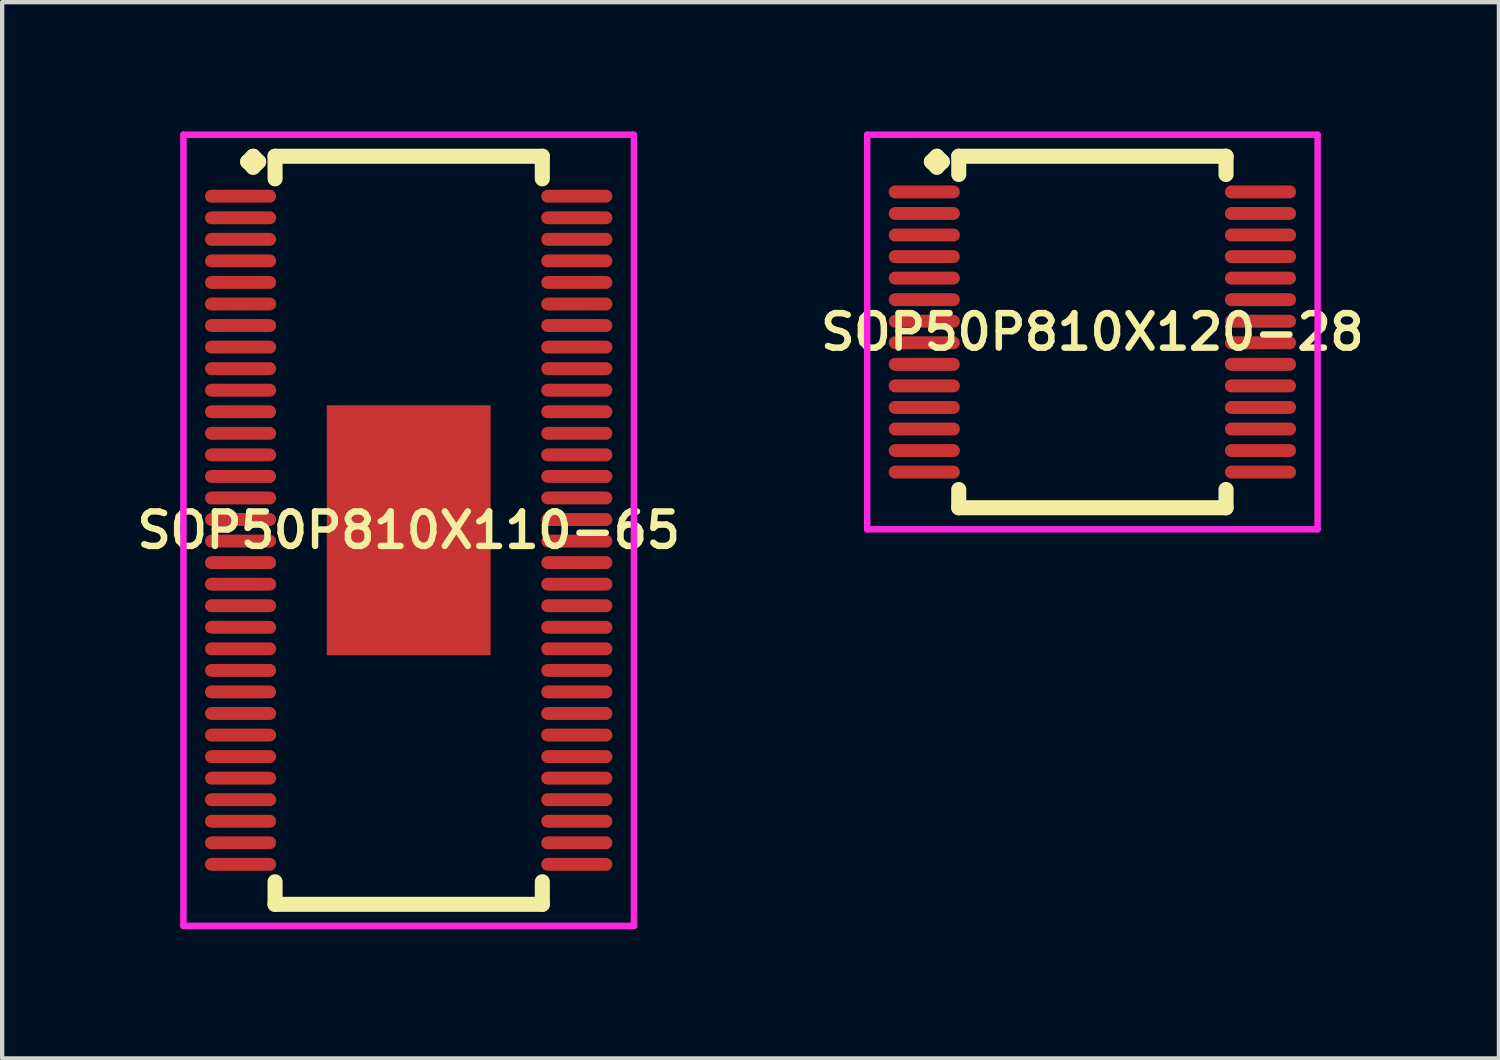
<source format=kicad_pcb>
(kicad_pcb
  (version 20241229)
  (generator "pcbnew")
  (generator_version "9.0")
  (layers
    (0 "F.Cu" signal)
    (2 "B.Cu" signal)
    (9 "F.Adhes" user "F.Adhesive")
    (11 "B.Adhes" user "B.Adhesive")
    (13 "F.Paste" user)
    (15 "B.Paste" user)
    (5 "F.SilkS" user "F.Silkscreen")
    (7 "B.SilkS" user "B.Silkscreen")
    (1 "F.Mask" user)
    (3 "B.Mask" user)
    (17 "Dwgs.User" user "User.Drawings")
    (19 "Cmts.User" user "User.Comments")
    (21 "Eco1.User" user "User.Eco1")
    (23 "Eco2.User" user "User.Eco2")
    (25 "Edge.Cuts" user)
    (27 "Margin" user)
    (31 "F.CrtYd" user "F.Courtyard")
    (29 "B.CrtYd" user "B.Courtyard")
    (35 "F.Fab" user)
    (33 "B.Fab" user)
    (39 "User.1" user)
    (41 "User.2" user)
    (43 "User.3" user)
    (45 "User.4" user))
  (footprint "SOP50P810X120-28"
    (layer "F.Cu")
    (at 22.292 4.652)
    (property "Reference" "SOP50P810X120-28" (at 0 0 0) (layer "F.SilkS") (effects (font (size 0.8 0.8) (thickness 0.15))))
    (attr smd)
    (fp_line (start -3.735 -3.95) (end -3.608 -4.077) (stroke (width 0.35) (type solid)) (layer "F.SilkS"))
    (fp_line (start -3.608 -4.077) (end -3.481 -3.95) (stroke (width 0.35) (type solid)) (layer "F.SilkS"))
    (fp_line (start -3.608 -3.823) (end -3.735 -3.95) (stroke (width 0.35) (type solid)) (layer "F.SilkS"))
    (fp_line (start -3.481 -3.95) (end -3.608 -3.823) (stroke (width 0.35) (type solid)) (layer "F.SilkS"))
    (fp_line (start -3.1 -4.077) (end 3.1 -4.077) (stroke (width 0.35) (type solid)) (layer "F.SilkS"))
    (fp_line (start -3.1 -3.654) (end -3.1 -4.077) (stroke (width 0.35) (type solid)) (layer "F.SilkS"))
    (fp_line (start -3.1 3.654) (end -3.1 4.077) (stroke (width 0.35) (type solid)) (layer "F.SilkS"))
    (fp_line (start -3.1 4.077) (end 3.1 4.077) (stroke (width 0.35) (type solid)) (layer "F.SilkS"))
    (fp_line (start 3.1 -4.077) (end 3.1 -3.654) (stroke (width 0.35) (type solid)) (layer "F.SilkS"))
    (fp_line (start 3.1 4.077) (end 3.1 3.654) (stroke (width 0.35) (type solid)) (layer "F.SilkS"))
    (fp_line (start -5.225 -4.577) (end 5.225 -4.577) (stroke (width 0.15) (type solid)) (layer "F.CrtYd"))
    (fp_line (start -5.225 4.577) (end -5.225 -4.577) (stroke (width 0.15) (type solid)) (layer "F.CrtYd"))
    (fp_line (start 5.225 -4.577) (end 5.225 4.577) (stroke (width 0.15) (type solid)) (layer "F.CrtYd"))
    (fp_line (start 5.225 4.577) (end -5.225 4.577) (stroke (width 0.15) (type solid)) (layer "F.CrtYd"))
    (pad "1" smd oval (at -3.9 -3.25) (size 1.65 0.3) (layers "F.Cu" "F.Mask" "F.Paste"))
    (pad "2" smd oval (at -3.9 -2.75) (size 1.65 0.3) (layers "F.Cu" "F.Mask" "F.Paste"))
    (pad "3" smd oval (at -3.9 -2.25) (size 1.65 0.3) (layers "F.Cu" "F.Mask" "F.Paste"))
    (pad "4" smd oval (at -3.9 -1.75) (size 1.65 0.3) (layers "F.Cu" "F.Mask" "F.Paste"))
    (pad "5" smd oval (at -3.9 -1.25) (size 1.65 0.3) (layers "F.Cu" "F.Mask" "F.Paste"))
    (pad "6" smd oval (at -3.9 -0.75) (size 1.65 0.3) (layers "F.Cu" "F.Mask" "F.Paste"))
    (pad "7" smd oval (at -3.9 -0.25) (size 1.65 0.3) (layers "F.Cu" "F.Mask" "F.Paste"))
    (pad "8" smd oval (at -3.9 0.25) (size 1.65 0.3) (layers "F.Cu" "F.Mask" "F.Paste"))
    (pad "9" smd oval (at -3.9 0.75) (size 1.65 0.3) (layers "F.Cu" "F.Mask" "F.Paste"))
    (pad "10" smd oval (at -3.9 1.25) (size 1.65 0.3) (layers "F.Cu" "F.Mask" "F.Paste"))
    (pad "11" smd oval (at -3.9 1.75) (size 1.65 0.3) (layers "F.Cu" "F.Mask" "F.Paste"))
    (pad "12" smd oval (at -3.9 2.25) (size 1.65 0.3) (layers "F.Cu" "F.Mask" "F.Paste"))
    (pad "13" smd oval (at -3.9 2.75) (size 1.65 0.3) (layers "F.Cu" "F.Mask" "F.Paste"))
    (pad "14" smd oval (at -3.9 3.25) (size 1.65 0.3) (layers "F.Cu" "F.Mask" "F.Paste"))
    (pad "15" smd oval (at 3.9 3.25) (size 1.65 0.3) (layers "F.Cu" "F.Mask" "F.Paste"))
    (pad "16" smd oval (at 3.9 2.75) (size 1.65 0.3) (layers "F.Cu" "F.Mask" "F.Paste"))
    (pad "17" smd oval (at 3.9 2.25) (size 1.65 0.3) (layers "F.Cu" "F.Mask" "F.Paste"))
    (pad "18" smd oval (at 3.9 1.75) (size 1.65 0.3) (layers "F.Cu" "F.Mask" "F.Paste"))
    (pad "19" smd oval (at 3.9 1.25) (size 1.65 0.3) (layers "F.Cu" "F.Mask" "F.Paste"))
    (pad "20" smd oval (at 3.9 0.75) (size 1.65 0.3) (layers "F.Cu" "F.Mask" "F.Paste"))
    (pad "21" smd oval (at 3.9 0.25) (size 1.65 0.3) (layers "F.Cu" "F.Mask" "F.Paste"))
    (pad "22" smd oval (at 3.9 -0.25) (size 1.65 0.3) (layers "F.Cu" "F.Mask" "F.Paste"))
    (pad "23" smd oval (at 3.9 -0.75) (size 1.65 0.3) (layers "F.Cu" "F.Mask" "F.Paste"))
    (pad "24" smd oval (at 3.9 -1.25) (size 1.65 0.3) (layers "F.Cu" "F.Mask" "F.Paste"))
    (pad "25" smd oval (at 3.9 -1.75) (size 1.65 0.3) (layers "F.Cu" "F.Mask" "F.Paste"))
    (pad "26" smd oval (at 3.9 -2.25) (size 1.65 0.3) (layers "F.Cu" "F.Mask" "F.Paste"))
    (pad "27" smd oval (at 3.9 -2.75) (size 1.65 0.3) (layers "F.Cu" "F.Mask" "F.Paste"))
    (pad "28" smd oval (at 3.9 -3.25) (size 1.65 0.3) (layers "F.Cu" "F.Mask" "F.Paste")))
  (footprint "SOP50P810X110-65"
    (layer "F.Cu")
    (at 6.431 9.252)
    (property "Reference" "SOP50P810X110-65" (at 0 0 0) (layer "F.SilkS") (effects (font (size 0.8 0.8) (thickness 0.15))))
    (attr smd)
    (fp_line (start -3.735 -8.55) (end -3.608 -8.677) (stroke (width 0.35) (type solid)) (layer "F.SilkS"))
    (fp_line (start -3.608 -8.677) (end -3.481 -8.55) (stroke (width 0.35) (type solid)) (layer "F.SilkS"))
    (fp_line (start -3.608 -8.423) (end -3.735 -8.55) (stroke (width 0.35) (type solid)) (layer "F.SilkS"))
    (fp_line (start -3.481 -8.55) (end -3.608 -8.423) (stroke (width 0.35) (type solid)) (layer "F.SilkS"))
    (fp_line (start -3.1 -8.677) (end 3.1 -8.677) (stroke (width 0.35) (type solid)) (layer "F.SilkS"))
    (fp_line (start -3.1 -8.154) (end -3.1 -8.677) (stroke (width 0.35) (type solid)) (layer "F.SilkS"))
    (fp_line (start -3.1 8.154) (end -3.1 8.677) (stroke (width 0.35) (type solid)) (layer "F.SilkS"))
    (fp_line (start -3.1 8.677) (end 3.1 8.677) (stroke (width 0.35) (type solid)) (layer "F.SilkS"))
    (fp_line (start 3.1 -8.677) (end 3.1 -8.154) (stroke (width 0.35) (type solid)) (layer "F.SilkS"))
    (fp_line (start 3.1 8.677) (end 3.1 8.154) (stroke (width 0.35) (type solid)) (layer "F.SilkS"))
    (fp_line (start -5.225 -9.177) (end 5.225 -9.177) (stroke (width 0.15) (type solid)) (layer "F.CrtYd"))
    (fp_line (start -5.225 9.177) (end -5.225 -9.177) (stroke (width 0.15) (type solid)) (layer "F.CrtYd"))
    (fp_line (start 5.225 -9.177) (end 5.225 9.177) (stroke (width 0.15) (type solid)) (layer "F.CrtYd"))
    (fp_line (start 5.225 9.177) (end -5.225 9.177) (stroke (width 0.15) (type solid)) (layer "F.CrtYd"))
    (pad "1" smd oval (at -3.9 -7.75) (size 1.65 0.3) (layers "F.Cu" "F.Mask" "F.Paste"))
    (pad "2" smd oval (at -3.9 -7.25) (size 1.65 0.3) (layers "F.Cu" "F.Mask" "F.Paste"))
    (pad "3" smd oval (at -3.9 -6.75) (size 1.65 0.3) (layers "F.Cu" "F.Mask" "F.Paste"))
    (pad "4" smd oval (at -3.9 -6.25) (size 1.65 0.3) (layers "F.Cu" "F.Mask" "F.Paste"))
    (pad "5" smd oval (at -3.9 -5.75) (size 1.65 0.3) (layers "F.Cu" "F.Mask" "F.Paste"))
    (pad "6" smd oval (at -3.9 -5.25) (size 1.65 0.3) (layers "F.Cu" "F.Mask" "F.Paste"))
    (pad "7" smd oval (at -3.9 -4.75) (size 1.65 0.3) (layers "F.Cu" "F.Mask" "F.Paste"))
    (pad "8" smd oval (at -3.9 -4.25) (size 1.65 0.3) (layers "F.Cu" "F.Mask" "F.Paste"))
    (pad "9" smd oval (at -3.9 -3.75) (size 1.65 0.3) (layers "F.Cu" "F.Mask" "F.Paste"))
    (pad "10" smd oval (at -3.9 -3.25) (size 1.65 0.3) (layers "F.Cu" "F.Mask" "F.Paste"))
    (pad "11" smd oval (at -3.9 -2.75) (size 1.65 0.3) (layers "F.Cu" "F.Mask" "F.Paste"))
    (pad "12" smd oval (at -3.9 -2.25) (size 1.65 0.3) (layers "F.Cu" "F.Mask" "F.Paste"))
    (pad "13" smd oval (at -3.9 -1.75) (size 1.65 0.3) (layers "F.Cu" "F.Mask" "F.Paste"))
    (pad "14" smd oval (at -3.9 -1.25) (size 1.65 0.3) (layers "F.Cu" "F.Mask" "F.Paste"))
    (pad "15" smd oval (at -3.9 -0.75) (size 1.65 0.3) (layers "F.Cu" "F.Mask" "F.Paste"))
    (pad "16" smd oval (at -3.9 -0.25) (size 1.65 0.3) (layers "F.Cu" "F.Mask" "F.Paste"))
    (pad "17" smd oval (at -3.9 0.25) (size 1.65 0.3) (layers "F.Cu" "F.Mask" "F.Paste"))
    (pad "18" smd oval (at -3.9 0.75) (size 1.65 0.3) (layers "F.Cu" "F.Mask" "F.Paste"))
    (pad "19" smd oval (at -3.9 1.25) (size 1.65 0.3) (layers "F.Cu" "F.Mask" "F.Paste"))
    (pad "20" smd oval (at -3.9 1.75) (size 1.65 0.3) (layers "F.Cu" "F.Mask" "F.Paste"))
    (pad "21" smd oval (at -3.9 2.25) (size 1.65 0.3) (layers "F.Cu" "F.Mask" "F.Paste"))
    (pad "22" smd oval (at -3.9 2.75) (size 1.65 0.3) (layers "F.Cu" "F.Mask" "F.Paste"))
    (pad "23" smd oval (at -3.9 3.25) (size 1.65 0.3) (layers "F.Cu" "F.Mask" "F.Paste"))
    (pad "24" smd oval (at -3.9 3.75) (size 1.65 0.3) (layers "F.Cu" "F.Mask" "F.Paste"))
    (pad "25" smd oval (at -3.9 4.25) (size 1.65 0.3) (layers "F.Cu" "F.Mask" "F.Paste"))
    (pad "26" smd oval (at -3.9 4.75) (size 1.65 0.3) (layers "F.Cu" "F.Mask" "F.Paste"))
    (pad "27" smd oval (at -3.9 5.25) (size 1.65 0.3) (layers "F.Cu" "F.Mask" "F.Paste"))
    (pad "28" smd oval (at -3.9 5.75) (size 1.65 0.3) (layers "F.Cu" "F.Mask" "F.Paste"))
    (pad "29" smd oval (at -3.9 6.25) (size 1.65 0.3) (layers "F.Cu" "F.Mask" "F.Paste"))
    (pad "30" smd oval (at -3.9 6.75) (size 1.65 0.3) (layers "F.Cu" "F.Mask" "F.Paste"))
    (pad "31" smd oval (at -3.9 7.25) (size 1.65 0.3) (layers "F.Cu" "F.Mask" "F.Paste"))
    (pad "32" smd oval (at -3.9 7.75) (size 1.65 0.3) (layers "F.Cu" "F.Mask" "F.Paste"))
    (pad "33" smd oval (at 3.9 7.75) (size 1.65 0.3) (layers "F.Cu" "F.Mask" "F.Paste"))
    (pad "34" smd oval (at 3.9 7.25) (size 1.65 0.3) (layers "F.Cu" "F.Mask" "F.Paste"))
    (pad "35" smd oval (at 3.9 6.75) (size 1.65 0.3) (layers "F.Cu" "F.Mask" "F.Paste"))
    (pad "36" smd oval (at 3.9 6.25) (size 1.65 0.3) (layers "F.Cu" "F.Mask" "F.Paste"))
    (pad "37" smd oval (at 3.9 5.75) (size 1.65 0.3) (layers "F.Cu" "F.Mask" "F.Paste"))
    (pad "38" smd oval (at 3.9 5.25) (size 1.65 0.3) (layers "F.Cu" "F.Mask" "F.Paste"))
    (pad "39" smd oval (at 3.9 4.75) (size 1.65 0.3) (layers "F.Cu" "F.Mask" "F.Paste"))
    (pad "40" smd oval (at 3.9 4.25) (size 1.65 0.3) (layers "F.Cu" "F.Mask" "F.Paste"))
    (pad "41" smd oval (at 3.9 3.75) (size 1.65 0.3) (layers "F.Cu" "F.Mask" "F.Paste"))
    (pad "42" smd oval (at 3.9 3.25) (size 1.65 0.3) (layers "F.Cu" "F.Mask" "F.Paste"))
    (pad "43" smd oval (at 3.9 2.75) (size 1.65 0.3) (layers "F.Cu" "F.Mask" "F.Paste"))
    (pad "44" smd oval (at 3.9 2.25) (size 1.65 0.3) (layers "F.Cu" "F.Mask" "F.Paste"))
    (pad "45" smd oval (at 3.9 1.75) (size 1.65 0.3) (layers "F.Cu" "F.Mask" "F.Paste"))
    (pad "46" smd oval (at 3.9 1.25) (size 1.65 0.3) (layers "F.Cu" "F.Mask" "F.Paste"))
    (pad "47" smd oval (at 3.9 0.75) (size 1.65 0.3) (layers "F.Cu" "F.Mask" "F.Paste"))
    (pad "48" smd oval (at 3.9 0.25) (size 1.65 0.3) (layers "F.Cu" "F.Mask" "F.Paste"))
    (pad "49" smd oval (at 3.9 -0.25) (size 1.65 0.3) (layers "F.Cu" "F.Mask" "F.Paste"))
    (pad "50" smd oval (at 3.9 -0.75) (size 1.65 0.3) (layers "F.Cu" "F.Mask" "F.Paste"))
    (pad "51" smd oval (at 3.9 -1.25) (size 1.65 0.3) (layers "F.Cu" "F.Mask" "F.Paste"))
    (pad "52" smd oval (at 3.9 -1.75) (size 1.65 0.3) (layers "F.Cu" "F.Mask" "F.Paste"))
    (pad "53" smd oval (at 3.9 -2.25) (size 1.65 0.3) (layers "F.Cu" "F.Mask" "F.Paste"))
    (pad "54" smd oval (at 3.9 -2.75) (size 1.65 0.3) (layers "F.Cu" "F.Mask" "F.Paste"))
    (pad "55" smd oval (at 3.9 -3.25) (size 1.65 0.3) (layers "F.Cu" "F.Mask" "F.Paste"))
    (pad "56" smd oval (at 3.9 -3.75) (size 1.65 0.3) (layers "F.Cu" "F.Mask" "F.Paste"))
    (pad "57" smd oval (at 3.9 -4.25) (size 1.65 0.3) (layers "F.Cu" "F.Mask" "F.Paste"))
    (pad "58" smd oval (at 3.9 -4.75) (size 1.65 0.3) (layers "F.Cu" "F.Mask" "F.Paste"))
    (pad "59" smd oval (at 3.9 -5.25) (size 1.65 0.3) (layers "F.Cu" "F.Mask" "F.Paste"))
    (pad "60" smd oval (at 3.9 -5.75) (size 1.65 0.3) (layers "F.Cu" "F.Mask" "F.Paste"))
    (pad "61" smd oval (at 3.9 -6.25) (size 1.65 0.3) (layers "F.Cu" "F.Mask" "F.Paste"))
    (pad "62" smd oval (at 3.9 -6.75) (size 1.65 0.3) (layers "F.Cu" "F.Mask" "F.Paste"))
    (pad "63" smd oval (at 3.9 -7.25) (size 1.65 0.3) (layers "F.Cu" "F.Mask" "F.Paste"))
    (pad "64" smd oval (at 3.9 -7.75) (size 1.65 0.3) (layers "F.Cu" "F.Mask" "F.Paste"))
    (pad "65" smd rect (at 0 0) (size 3.8 5.8) (layers "F.Cu" "F.Mask" "F.Paste")))
  (gr_rect
    (start -3 -3)
    (end 31.723 21.504)
    (stroke (width 0.1) (type default))
    (fill no)
    (layer "Edge.Cuts")))
</source>
